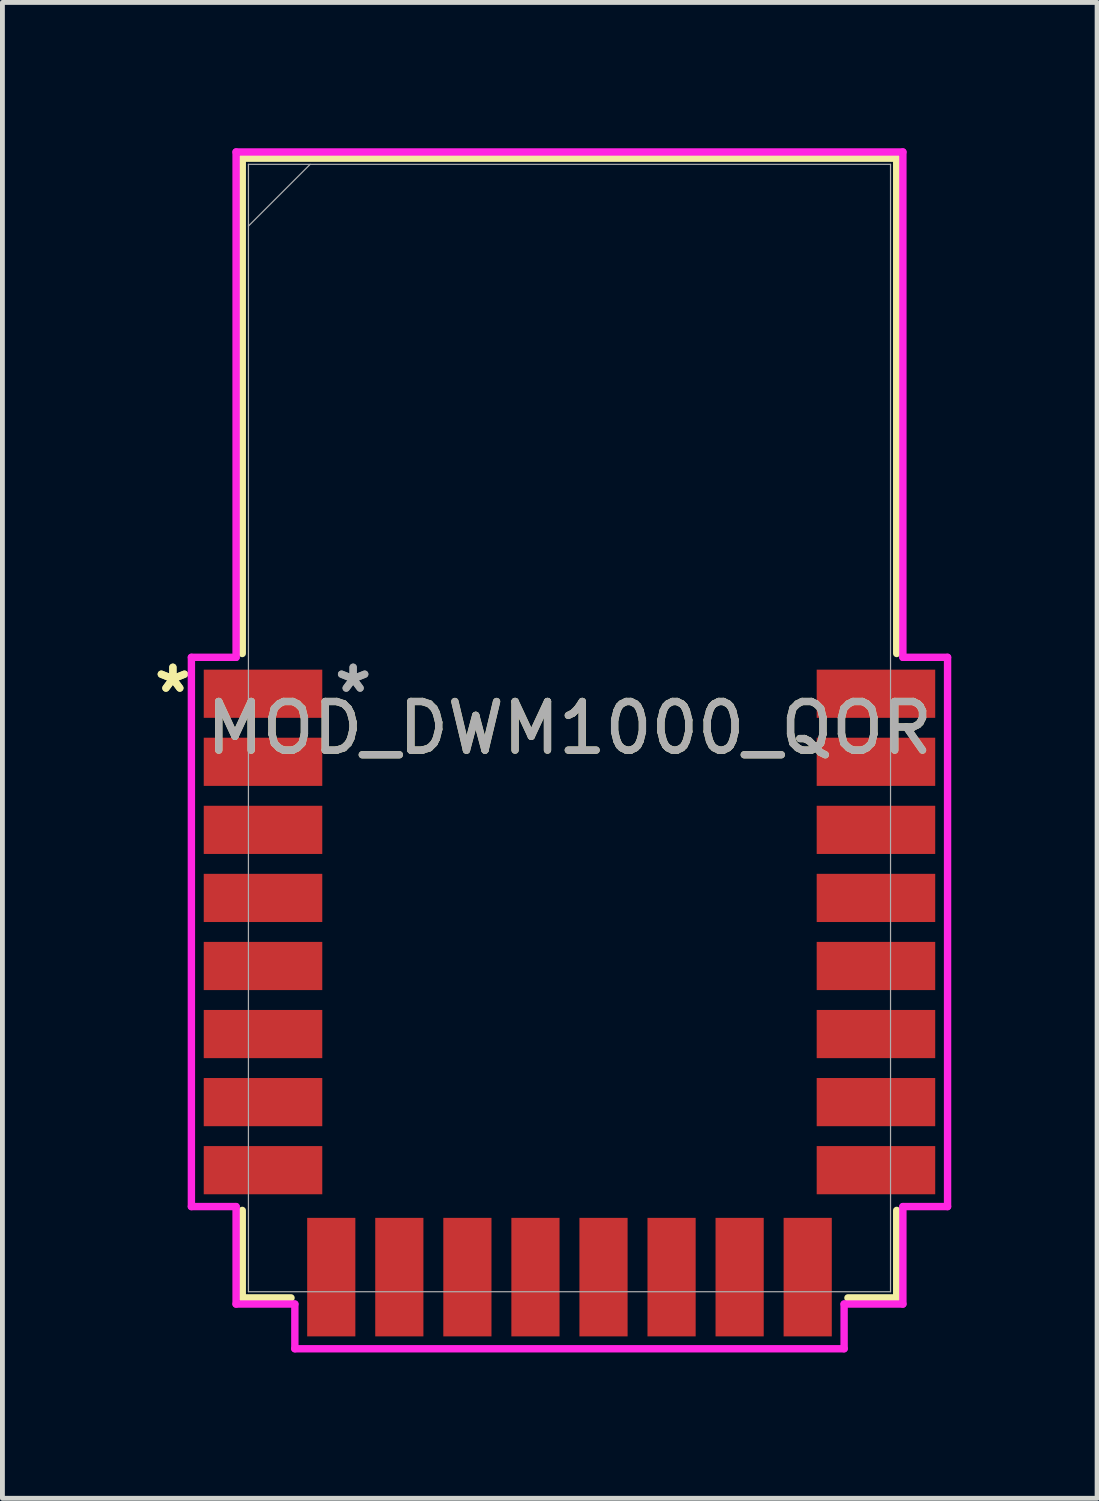
<source format=kicad_pcb>
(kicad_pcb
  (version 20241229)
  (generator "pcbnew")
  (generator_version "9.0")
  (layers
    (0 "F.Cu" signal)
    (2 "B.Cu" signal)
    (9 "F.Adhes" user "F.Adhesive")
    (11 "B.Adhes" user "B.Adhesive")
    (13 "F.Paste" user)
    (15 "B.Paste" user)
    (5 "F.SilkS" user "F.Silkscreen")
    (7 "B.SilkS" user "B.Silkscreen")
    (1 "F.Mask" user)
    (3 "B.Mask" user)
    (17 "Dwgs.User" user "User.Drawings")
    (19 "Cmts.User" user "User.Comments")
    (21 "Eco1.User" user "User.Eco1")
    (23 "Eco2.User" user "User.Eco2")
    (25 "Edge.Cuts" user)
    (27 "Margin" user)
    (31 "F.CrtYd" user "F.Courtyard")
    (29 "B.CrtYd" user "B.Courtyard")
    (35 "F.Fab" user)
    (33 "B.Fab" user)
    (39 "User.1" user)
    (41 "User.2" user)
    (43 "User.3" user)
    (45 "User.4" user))
  (footprint "MOD_DWM1000_QOR"
    (layer "F.Cu")
    (at 8.664 11.925)
    (property "Reference" "MOD_DWM1000_QOR" (at 0 0 0) (unlocked yes) (layer "F.SilkS") (effects (font (size 1 1) (thickness 0.15))))
    (attr smd)
    (fp_line (start -6.731 -11.722) (end 6.731 -11.722) (stroke (width 0.152) (type solid)) (layer "F.SilkS"))
    (fp_line (start -6.731 -1.533) (end -6.731 -11.722) (stroke (width 0.152) (type solid)) (layer "F.SilkS"))
    (fp_line (start -6.731 11.722) (end -6.731 9.923) (stroke (width 0.152) (type solid)) (layer "F.SilkS"))
    (fp_line (start -5.728 11.722) (end -6.731 11.722) (stroke (width 0.152) (type solid)) (layer "F.SilkS"))
    (fp_line (start 6.731 -11.722) (end 6.731 -1.533) (stroke (width 0.152) (type solid)) (layer "F.SilkS"))
    (fp_line (start 6.731 9.923) (end 6.731 11.722) (stroke (width 0.152) (type solid)) (layer "F.SilkS"))
    (fp_line (start 6.731 11.722) (end 5.728 11.722) (stroke (width 0.152) (type solid)) (layer "F.SilkS"))
    (fp_line (start -7.777 -1.454) (end -7.777 9.844) (stroke (width 0.152) (type solid)) (layer "F.CrtYd"))
    (fp_line (start -7.777 9.844) (end -6.858 9.844) (stroke (width 0.152) (type solid)) (layer "F.CrtYd"))
    (fp_line (start -6.858 -11.849) (end -6.858 -1.454) (stroke (width 0.152) (type solid)) (layer "F.CrtYd"))
    (fp_line (start -6.858 -1.454) (end -7.777 -1.454) (stroke (width 0.152) (type solid)) (layer "F.CrtYd"))
    (fp_line (start -6.858 9.844) (end -6.858 11.849) (stroke (width 0.152) (type solid)) (layer "F.CrtYd"))
    (fp_line (start -6.858 11.849) (end -5.649 11.849) (stroke (width 0.152) (type solid)) (layer "F.CrtYd"))
    (fp_line (start -5.649 11.849) (end -5.649 12.768) (stroke (width 0.152) (type solid)) (layer "F.CrtYd"))
    (fp_line (start -5.649 12.768) (end 5.649 12.768) (stroke (width 0.152) (type solid)) (layer "F.CrtYd"))
    (fp_line (start 5.649 11.849) (end 6.858 11.849) (stroke (width 0.152) (type solid)) (layer "F.CrtYd"))
    (fp_line (start 5.649 12.768) (end 5.649 11.849) (stroke (width 0.152) (type solid)) (layer "F.CrtYd"))
    (fp_line (start 6.858 -11.849) (end -6.858 -11.849) (stroke (width 0.152) (type solid)) (layer "F.CrtYd"))
    (fp_line (start 6.858 -1.454) (end 6.858 -11.849) (stroke (width 0.152) (type solid)) (layer "F.CrtYd"))
    (fp_line (start 6.858 9.844) (end 7.777 9.844) (stroke (width 0.152) (type solid)) (layer "F.CrtYd"))
    (fp_line (start 6.858 11.849) (end 6.858 9.844) (stroke (width 0.152) (type solid)) (layer "F.CrtYd"))
    (fp_line (start 7.777 -1.454) (end 6.858 -1.454) (stroke (width 0.152) (type solid)) (layer "F.CrtYd"))
    (fp_line (start 7.777 9.844) (end 7.777 -1.454) (stroke (width 0.152) (type solid)) (layer "F.CrtYd"))
    (fp_line (start -6.604 -11.595) (end -6.604 11.595) (stroke (width 0.025) (type solid)) (layer "F.Fab"))
    (fp_line (start -6.604 -10.325) (end -5.334 -11.595) (stroke (width 0.025) (type solid)) (layer "F.Fab"))
    (fp_line (start -6.604 11.595) (end 6.604 11.595) (stroke (width 0.025) (type solid)) (layer "F.Fab"))
    (fp_line (start 6.604 -11.595) (end -6.604 -11.595) (stroke (width 0.025) (type solid)) (layer "F.Fab"))
    (fp_line (start 6.604 11.595) (end 6.604 -11.595) (stroke (width 0.025) (type solid)) (layer "F.Fab"))
    (fp_text user "*" (at -8.158 -0.705 0) (layer "F.SilkS") (effects (font (size 1 1) (thickness 0.15))))
    (fp_text user "*" (at -8.158 -0.705 0) (unlocked yes) (layer "F.SilkS") (effects (font (size 1 1) (thickness 0.15))))
    (fp_text user "*" (at -4.45 -0.705 0) (unlocked yes) (layer "F.Fab") (effects (font (size 1 1) (thickness 0.15))))
    (fp_text user "${REFERENCE}" (at 0 0 0) (unlocked yes) (layer "F.Fab") (effects (font (size 1 1) (thickness 0.15))))
    (fp_text user "*" (at -4.45 -0.705 0) (layer "F.Fab") (effects (font (size 1 1) (thickness 0.15))))
    (pad "1" smd rect (at -6.304 -0.705) (size 2.438 0.991) (layers "F.Cu" "F.Mask" "F.Paste"))
    (pad "2" smd rect (at -6.304 0.695) (size 2.438 0.991) (layers "F.Cu" "F.Mask" "F.Paste"))
    (pad "3" smd rect (at -6.304 2.095) (size 2.438 0.991) (layers "F.Cu" "F.Mask" "F.Paste"))
    (pad "4" smd rect (at -6.304 3.495) (size 2.438 0.991) (layers "F.Cu" "F.Mask" "F.Paste"))
    (pad "5" smd rect (at -6.304 4.895) (size 2.438 0.991) (layers "F.Cu" "F.Mask" "F.Paste"))
    (pad "6" smd rect (at -6.304 6.295) (size 2.438 0.991) (layers "F.Cu" "F.Mask" "F.Paste"))
    (pad "7" smd rect (at -6.304 7.695) (size 2.438 0.991) (layers "F.Cu" "F.Mask" "F.Paste"))
    (pad "8" smd rect (at -6.304 9.095) (size 2.438 0.991) (layers "F.Cu" "F.Mask" "F.Paste"))
    (pad "9" smd rect (at -4.9 11.295 90) (size 2.438 0.991) (layers "F.Cu" "F.Mask" "F.Paste"))
    (pad "10" smd rect (at -3.5 11.295 90) (size 2.438 0.991) (layers "F.Cu" "F.Mask" "F.Paste"))
    (pad "11" smd rect (at -2.1 11.295 90) (size 2.438 0.991) (layers "F.Cu" "F.Mask" "F.Paste"))
    (pad "12" smd rect (at -0.7 11.295 90) (size 2.438 0.991) (layers "F.Cu" "F.Mask" "F.Paste"))
    (pad "13" smd rect (at 0.7 11.295 90) (size 2.438 0.991) (layers "F.Cu" "F.Mask" "F.Paste"))
    (pad "14" smd rect (at 2.1 11.295 90) (size 2.438 0.991) (layers "F.Cu" "F.Mask" "F.Paste"))
    (pad "15" smd rect (at 3.5 11.295 90) (size 2.438 0.991) (layers "F.Cu" "F.Mask" "F.Paste"))
    (pad "16" smd rect (at 4.9 11.295 90) (size 2.438 0.991) (layers "F.Cu" "F.Mask" "F.Paste"))
    (pad "17" smd rect (at 6.304 9.095) (size 2.438 0.991) (layers "F.Cu" "F.Mask" "F.Paste"))
    (pad "18" smd rect (at 6.304 7.695) (size 2.438 0.991) (layers "F.Cu" "F.Mask" "F.Paste"))
    (pad "19" smd rect (at 6.304 6.295) (size 2.438 0.991) (layers "F.Cu" "F.Mask" "F.Paste"))
    (pad "20" smd rect (at 6.304 4.895) (size 2.438 0.991) (layers "F.Cu" "F.Mask" "F.Paste"))
    (pad "21" smd rect (at 6.304 3.495) (size 2.438 0.991) (layers "F.Cu" "F.Mask" "F.Paste"))
    (pad "22" smd rect (at 6.304 2.095) (size 2.438 0.991) (layers "F.Cu" "F.Mask" "F.Paste"))
    (pad "23" smd rect (at 6.304 0.695) (size 2.438 0.991) (layers "F.Cu" "F.Mask" "F.Paste"))
    (pad "24" smd rect (at 6.304 -0.705) (size 2.438 0.991) (layers "F.Cu" "F.Mask" "F.Paste")))
  (gr_rect
    (start -3 -3)
    (end 19.517 27.77)
    (stroke (width 0.1) (type default))
    (fill no)
    (layer "Edge.Cuts")))
</source>
